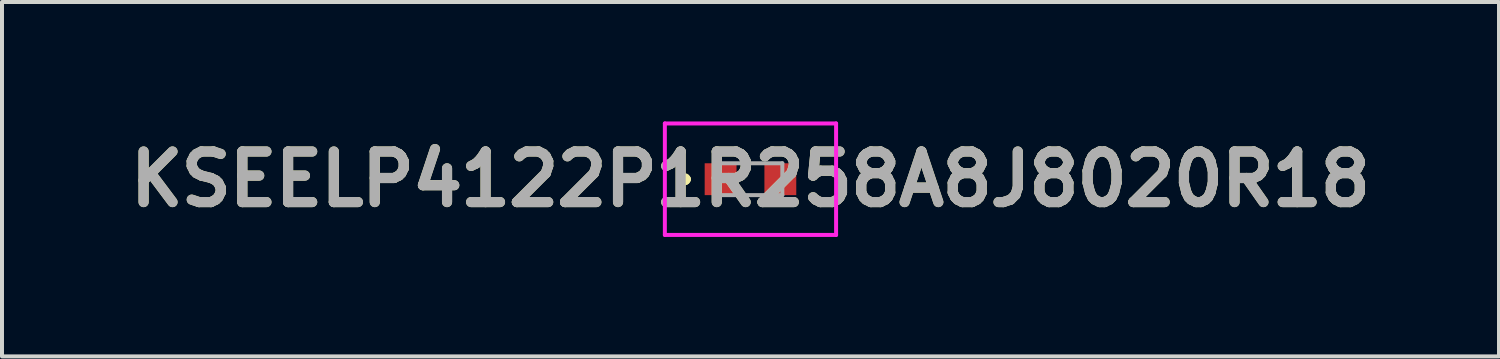
<source format=kicad_pcb>
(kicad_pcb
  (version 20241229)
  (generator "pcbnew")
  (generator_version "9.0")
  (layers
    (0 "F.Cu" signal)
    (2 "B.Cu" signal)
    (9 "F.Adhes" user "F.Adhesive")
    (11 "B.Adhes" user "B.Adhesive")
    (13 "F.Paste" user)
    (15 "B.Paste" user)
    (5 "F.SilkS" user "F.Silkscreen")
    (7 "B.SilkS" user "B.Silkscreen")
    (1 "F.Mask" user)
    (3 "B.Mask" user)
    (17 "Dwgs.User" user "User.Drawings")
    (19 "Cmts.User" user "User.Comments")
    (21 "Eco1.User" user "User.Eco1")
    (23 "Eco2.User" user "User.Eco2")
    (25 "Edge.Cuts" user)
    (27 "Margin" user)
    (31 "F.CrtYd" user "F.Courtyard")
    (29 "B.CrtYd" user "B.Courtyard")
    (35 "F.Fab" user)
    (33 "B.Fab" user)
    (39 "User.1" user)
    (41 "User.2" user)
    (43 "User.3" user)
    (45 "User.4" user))
  (footprint "KSEELP4122P1R258A8J8020R18"
    (layer "F.Cu")
    (at 15.796 1.45)
    (property "Reference" "KSEELP4122P1R258A8J8020R18" (at 0 0 0) (layer "F.SilkS") (effects (font (size 1.27 1.27) (thickness 0.254))))
    (attr smd)
    (fp_line (start -1.7 0) (end -1.7 0) (stroke (width 0.2) (type solid)) (layer "F.SilkS"))
    (fp_line (start -1.7 0) (end -1.7 0) (stroke (width 0.2) (type solid)) (layer "F.SilkS"))
    (fp_line (start -1.6 0) (end -1.6 0) (stroke (width 0.2) (type solid)) (layer "F.SilkS"))
    (fp_arc (start -1.7 0) (mid -1.65 -0.05) (end -1.6 0) (stroke (width 0.2) (type solid)) (layer "F.SilkS"))
    (fp_arc (start -1.6 0) (mid -1.65 0.05) (end -1.7 0) (stroke (width 0.2) (type solid)) (layer "F.SilkS"))
    (fp_arc (start -1.6 0) (mid -1.65 0.05) (end -1.7 0) (stroke (width 0.2) (type solid)) (layer "F.SilkS"))
    (fp_line (start -2.15 -1.4) (end 2.15 -1.4) (stroke (width 0.1) (type solid)) (layer "F.CrtYd"))
    (fp_line (start -2.15 1.4) (end -2.15 -1.4) (stroke (width 0.1) (type solid)) (layer "F.CrtYd"))
    (fp_line (start 2.15 -1.4) (end 2.15 1.4) (stroke (width 0.1) (type solid)) (layer "F.CrtYd"))
    (fp_line (start 2.15 1.4) (end -2.15 1.4) (stroke (width 0.1) (type solid)) (layer "F.CrtYd"))
    (fp_line (start -0.8 -0.4) (end -0.8 0.4) (stroke (width 0.1) (type solid)) (layer "F.Fab"))
    (fp_line (start -0.8 0.4) (end 0.8 0.4) (stroke (width 0.1) (type solid)) (layer "F.Fab"))
    (fp_line (start 0.8 -0.4) (end -0.8 -0.4) (stroke (width 0.1) (type solid)) (layer "F.Fab"))
    (fp_line (start 0.8 0.4) (end 0.8 -0.4) (stroke (width 0.1) (type solid)) (layer "F.Fab"))
    (fp_text user "${REFERENCE}" (at 0 0 0) (layer "F.Fab") (effects (font (size 1.27 1.27) (thickness 0.254))))
    (pad "1" smd rect (at -0.75 0 90) (size 0.8 0.8) (layers "F.Cu" "F.Mask" "F.Paste"))
    (pad "2" smd rect (at 0.75 0 90) (size 0.8 0.8) (layers "F.Cu" "F.Mask" "F.Paste")))
  (gr_rect
    (start -3 -3)
    (end 34.593 5.9)
    (stroke (width 0.1) (type default))
    (fill no)
    (layer "Edge.Cuts")))
</source>
